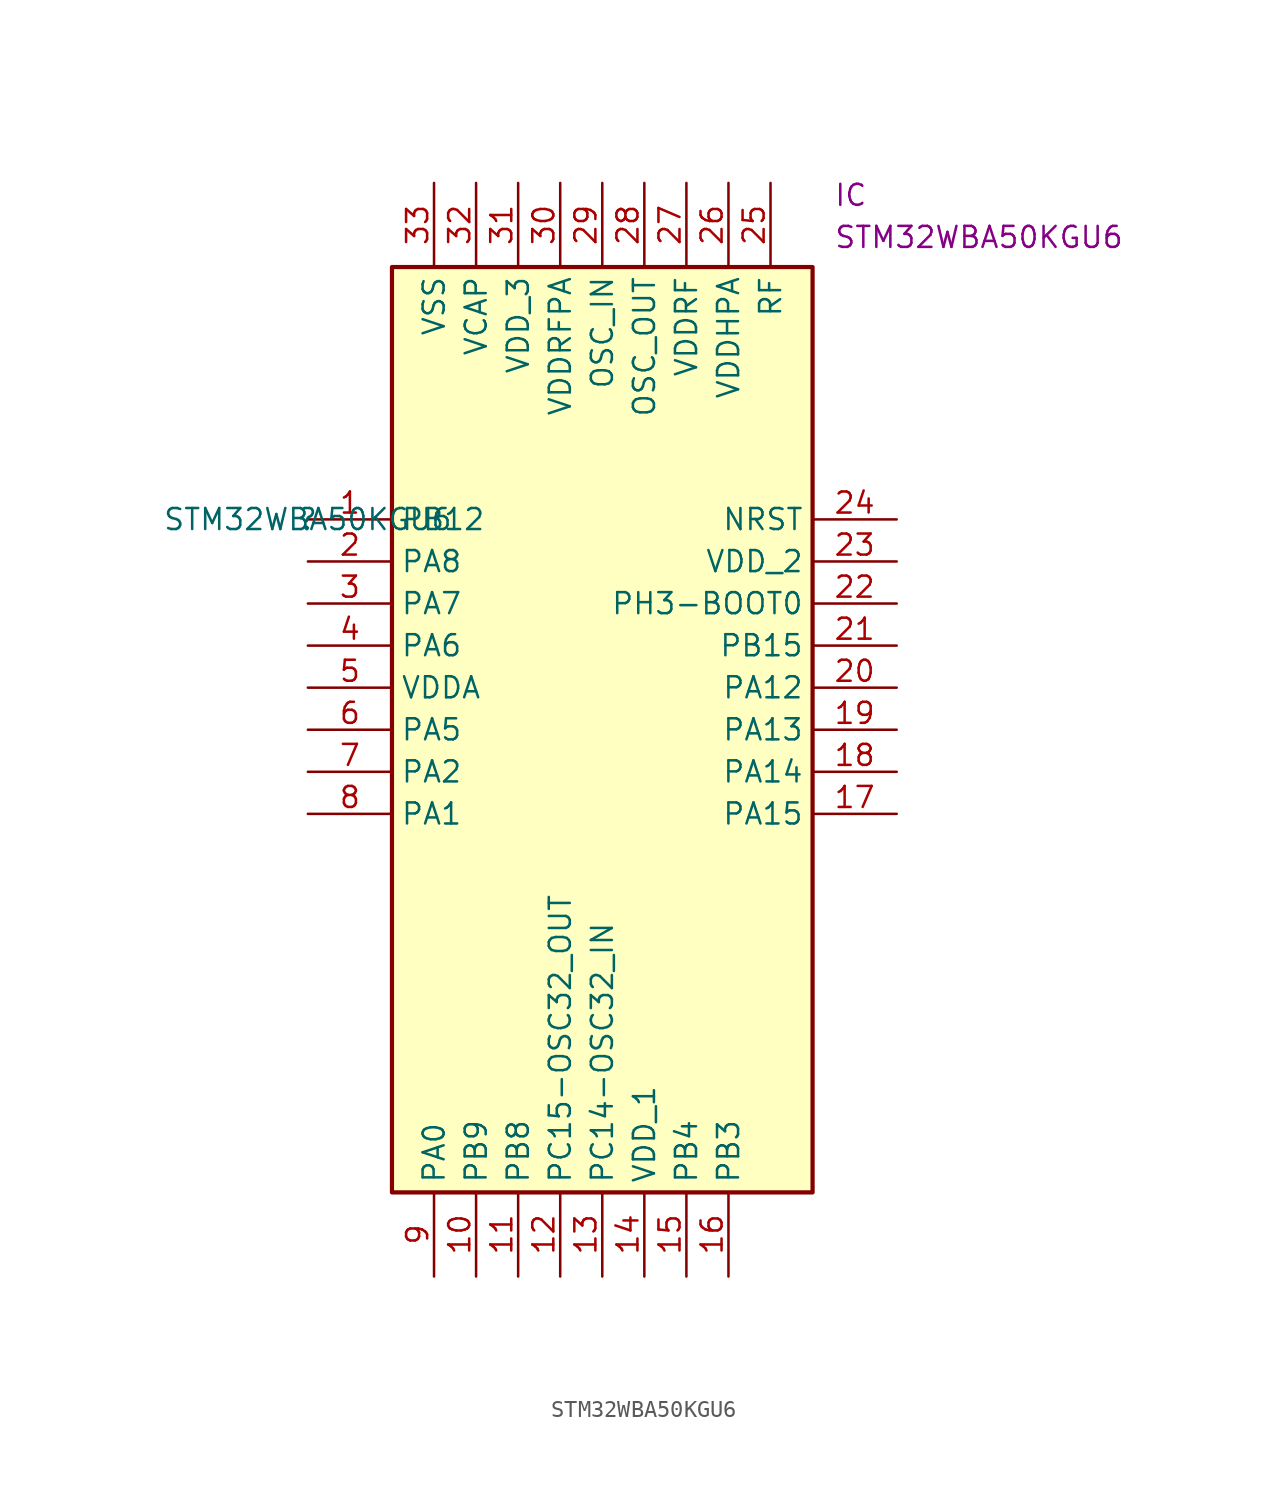
<source format=kicad_sym>
(kicad_symbol_lib
  (version 20231120)
  (generator "kicad_symbol_editor")
  (generator_version "8.0")
  (symbol "STM32WBA50KGU6"
    (property "Reference" ""
      (at 0 0 0)
      (effects (font (size 1.27 1.27))))
    (property "Value" "STM32WBA50KGU6"
      (at 0 0 0)
      (effects (font (size 1.27 1.27))))
    (property "Reference_1" "IC"
      (at 31.75 20.32 0)
      (effects (font (size 1.27 1.27)) (justify left top)))
    (property "Value_1" "STM32WBA50KGU6"
      (at 31.75 17.78 0)
      (effects (font (size 1.27 1.27)) (justify left top)))
    (symbol "STM32WBA50KGU6_1_1"
      (rectangle (start 5.08 15.24) (end 30.48 -40.64) (stroke (width 0.254) (type default)) (fill (type background)))
      (pin passive line (at 0 0 0) (length 5.08) (name "PB12" (effects (font (size 1.27 1.27)))) (number "1" (effects (font (size 1.27 1.27)))))
      (pin passive line (at 10.16 -45.72 90) (length 5.08) (name "PB9" (effects (font (size 1.27 1.27)))) (number "10" (effects (font (size 1.27 1.27)))))
      (pin passive line (at 12.7 -45.72 90) (length 5.08) (name "PB8" (effects (font (size 1.27 1.27)))) (number "11" (effects (font (size 1.27 1.27)))))
      (pin passive line (at 15.24 -45.72 90) (length 5.08) (name "PC15-OSC32_OUT" (effects (font (size 1.27 1.27)))) (number "12" (effects (font (size 1.27 1.27)))))
      (pin passive line (at 17.78 -45.72 90) (length 5.08) (name "PC14-OSC32_IN" (effects (font (size 1.27 1.27)))) (number "13" (effects (font (size 1.27 1.27)))))
      (pin passive line (at 20.32 -45.72 90) (length 5.08) (name "VDD_1" (effects (font (size 1.27 1.27)))) (number "14" (effects (font (size 1.27 1.27)))))
      (pin passive line (at 22.86 -45.72 90) (length 5.08) (name "PB4" (effects (font (size 1.27 1.27)))) (number "15" (effects (font (size 1.27 1.27)))))
      (pin passive line (at 25.4 -45.72 90) (length 5.08) (name "PB3" (effects (font (size 1.27 1.27)))) (number "16" (effects (font (size 1.27 1.27)))))
      (pin passive line (at 35.56 -17.78 180) (length 5.08) (name "PA15" (effects (font (size 1.27 1.27)))) (number "17" (effects (font (size 1.27 1.27)))))
      (pin passive line (at 35.56 -15.24 180) (length 5.08) (name "PA14" (effects (font (size 1.27 1.27)))) (number "18" (effects (font (size 1.27 1.27)))))
      (pin passive line (at 35.56 -12.7 180) (length 5.08) (name "PA13" (effects (font (size 1.27 1.27)))) (number "19" (effects (font (size 1.27 1.27)))))
      (pin passive line (at 0 -2.54 0) (length 5.08) (name "PA8" (effects (font (size 1.27 1.27)))) (number "2" (effects (font (size 1.27 1.27)))))
      (pin passive line (at 35.56 -10.16 180) (length 5.08) (name "PA12" (effects (font (size 1.27 1.27)))) (number "20" (effects (font (size 1.27 1.27)))))
      (pin passive line (at 35.56 -7.62 180) (length 5.08) (name "PB15" (effects (font (size 1.27 1.27)))) (number "21" (effects (font (size 1.27 1.27)))))
      (pin passive line (at 35.56 -5.08 180) (length 5.08) (name "PH3-BOOT0" (effects (font (size 1.27 1.27)))) (number "22" (effects (font (size 1.27 1.27)))))
      (pin passive line (at 35.56 -2.54 180) (length 5.08) (name "VDD_2" (effects (font (size 1.27 1.27)))) (number "23" (effects (font (size 1.27 1.27)))))
      (pin passive line (at 35.56 0 180) (length 5.08) (name "NRST" (effects (font (size 1.27 1.27)))) (number "24" (effects (font (size 1.27 1.27)))))
      (pin passive line (at 27.94 20.32 270) (length 5.08) (name "RF" (effects (font (size 1.27 1.27)))) (number "25" (effects (font (size 1.27 1.27)))))
      (pin passive line (at 25.4 20.32 270) (length 5.08) (name "VDDHPA" (effects (font (size 1.27 1.27)))) (number "26" (effects (font (size 1.27 1.27)))))
      (pin passive line (at 22.86 20.32 270) (length 5.08) (name "VDDRF" (effects (font (size 1.27 1.27)))) (number "27" (effects (font (size 1.27 1.27)))))
      (pin passive line (at 20.32 20.32 270) (length 5.08) (name "OSC_OUT" (effects (font (size 1.27 1.27)))) (number "28" (effects (font (size 1.27 1.27)))))
      (pin passive line (at 17.78 20.32 270) (length 5.08) (name "OSC_IN" (effects (font (size 1.27 1.27)))) (number "29" (effects (font (size 1.27 1.27)))))
      (pin passive line (at 0 -5.08 0) (length 5.08) (name "PA7" (effects (font (size 1.27 1.27)))) (number "3" (effects (font (size 1.27 1.27)))))
      (pin passive line (at 15.24 20.32 270) (length 5.08) (name "VDDRFPA" (effects (font (size 1.27 1.27)))) (number "30" (effects (font (size 1.27 1.27)))))
      (pin passive line (at 12.7 20.32 270) (length 5.08) (name "VDD_3" (effects (font (size 1.27 1.27)))) (number "31" (effects (font (size 1.27 1.27)))))
      (pin passive line (at 10.16 20.32 270) (length 5.08) (name "VCAP" (effects (font (size 1.27 1.27)))) (number "32" (effects (font (size 1.27 1.27)))))
      (pin passive line (at 7.62 20.32 270) (length 5.08) (name "VSS" (effects (font (size 1.27 1.27)))) (number "33" (effects (font (size 1.27 1.27)))))
      (pin passive line (at 0 -7.62 0) (length 5.08) (name "PA6" (effects (font (size 1.27 1.27)))) (number "4" (effects (font (size 1.27 1.27)))))
      (pin passive line (at 0 -10.16 0) (length 5.08) (name "VDDA" (effects (font (size 1.27 1.27)))) (number "5" (effects (font (size 1.27 1.27)))))
      (pin passive line (at 0 -12.7 0) (length 5.08) (name "PA5" (effects (font (size 1.27 1.27)))) (number "6" (effects (font (size 1.27 1.27)))))
      (pin passive line (at 0 -15.24 0) (length 5.08) (name "PA2" (effects (font (size 1.27 1.27)))) (number "7" (effects (font (size 1.27 1.27)))))
      (pin passive line (at 0 -17.78 0) (length 5.08) (name "PA1" (effects (font (size 1.27 1.27)))) (number "8" (effects (font (size 1.27 1.27)))))
      (pin passive line (at 7.62 -45.72 90) (length 5.08) (name "PA0" (effects (font (size 1.27 1.27)))) (number "9" (effects (font (size 1.27 1.27))))))))
</source>
